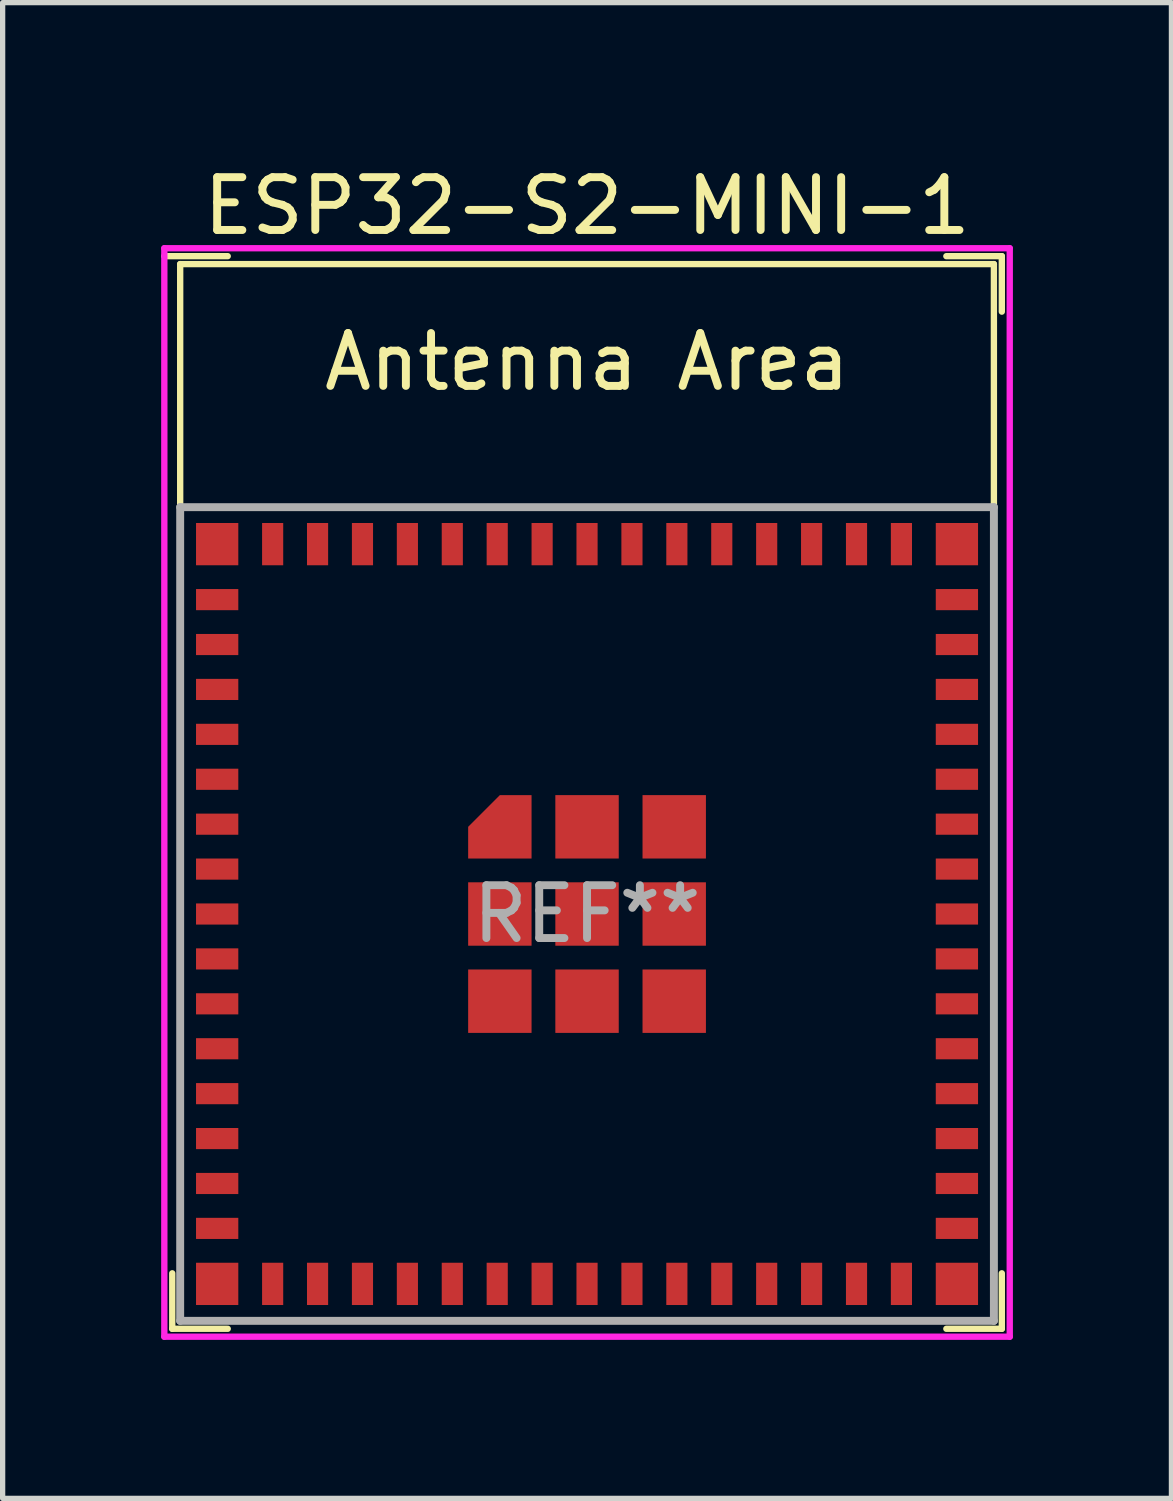
<source format=kicad_pcb>
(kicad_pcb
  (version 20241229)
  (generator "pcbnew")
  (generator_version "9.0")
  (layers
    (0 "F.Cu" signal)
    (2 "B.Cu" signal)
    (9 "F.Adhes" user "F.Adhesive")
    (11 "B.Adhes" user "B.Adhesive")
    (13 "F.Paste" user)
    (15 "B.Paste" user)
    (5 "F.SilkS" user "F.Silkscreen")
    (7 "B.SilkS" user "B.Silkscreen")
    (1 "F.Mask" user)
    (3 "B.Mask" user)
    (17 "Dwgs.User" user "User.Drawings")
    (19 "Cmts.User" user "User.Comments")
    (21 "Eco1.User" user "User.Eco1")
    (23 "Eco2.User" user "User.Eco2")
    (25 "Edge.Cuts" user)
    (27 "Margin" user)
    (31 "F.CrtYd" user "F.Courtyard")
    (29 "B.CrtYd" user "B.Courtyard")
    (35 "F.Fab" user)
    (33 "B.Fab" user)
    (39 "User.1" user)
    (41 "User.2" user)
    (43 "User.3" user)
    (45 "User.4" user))
  (footprint "ESP32-S2-MINI-1"
    (layer "F.Cu")
    (at 8.06 14.248)
    (property "Reference" "ESP32-S2-MINI-1" (at 0 -13.4 0) (layer "F.SilkS") (effects (font (size 1 1) (thickness 0.15))))
    (attr smd)
    (fp_line (start -7.85 7.85) (end -7.85 6.8) (stroke (width 0.12) (type solid)) (layer "F.SilkS"))
    (fp_line (start -7.7 -12.3) (end -7.7 -7.7) (stroke (width 0.12) (type solid)) (layer "F.SilkS"))
    (fp_line (start -7.7 -12.3) (end 7.7 -12.3) (stroke (width 0.12) (type solid)) (layer "F.SilkS"))
    (fp_line (start -7.7 7.7) (end -7.7 -7.7) (stroke (width 0.12) (type solid)) (layer "F.SilkS"))
    (fp_line (start -6.8 -12.45) (end -8 -12.45) (stroke (width 0.12) (type solid)) (layer "F.SilkS"))
    (fp_line (start -6.8 7.85) (end -7.85 7.85) (stroke (width 0.12) (type solid)) (layer "F.SilkS"))
    (fp_line (start 6.8 -12.45) (end 7.85 -12.45) (stroke (width 0.12) (type solid)) (layer "F.SilkS"))
    (fp_line (start 6.8 7.85) (end 7.85 7.85) (stroke (width 0.12) (type solid)) (layer "F.SilkS"))
    (fp_line (start 7.7 -12.3) (end 7.7 -7.7) (stroke (width 0.12) (type solid)) (layer "F.SilkS"))
    (fp_line (start 7.7 -7.7) (end 7.7 7.7) (stroke (width 0.12) (type solid)) (layer "F.SilkS"))
    (fp_line (start 7.7 7.7) (end -7.7 7.7) (stroke (width 0.12) (type solid)) (layer "F.SilkS"))
    (fp_line (start 7.85 -12.45) (end 7.85 -11.4) (stroke (width 0.12) (type solid)) (layer "F.SilkS"))
    (fp_line (start 7.85 7.85) (end 7.85 6.8) (stroke (width 0.12) (type solid)) (layer "F.SilkS"))
    (fp_line (start -8 -12.6) (end -8 8) (stroke (width 0.12) (type solid)) (layer "F.CrtYd"))
    (fp_line (start -8 8) (end 8 8) (stroke (width 0.12) (type solid)) (layer "F.CrtYd"))
    (fp_line (start 8 -12.6) (end -8 -12.6) (stroke (width 0.12) (type solid)) (layer "F.CrtYd"))
    (fp_line (start 8 8) (end 8 -12.6) (stroke (width 0.12) (type solid)) (layer "F.CrtYd"))
    (fp_line (start -7.7 -7.7) (end -7.7 7.7) (stroke (width 0.15) (type solid)) (layer "F.Fab"))
    (fp_line (start -7.7 7.7) (end 7.7 7.7) (stroke (width 0.15) (type solid)) (layer "F.Fab"))
    (fp_line (start 7.7 -7.7) (end -7.7 -7.7) (stroke (width 0.15) (type solid)) (layer "F.Fab"))
    (fp_line (start 7.7 7.7) (end 7.7 -7.7) (stroke (width 0.15) (type solid)) (layer "F.Fab"))
    (fp_text user "Antenna Area" (at 0 -10.45 0) (layer "F.SilkS") (effects (font (size 1 1) (thickness 0.15))))
    (fp_text user "REF**" (at 0 0 0) (layer "F.Fab") (effects (font (size 1 1) (thickness 0.15))))
    (pad "1" smd rect (at -7 -5.95 90) (size 0.4 0.8) (layers "F.Cu" "F.Mask" "F.Paste"))
    (pad "2" smd rect (at -7 -5.1 90) (size 0.4 0.8) (layers "F.Cu" "F.Mask" "F.Paste"))
    (pad "3" smd rect (at -7 -4.25 90) (size 0.4 0.8) (layers "F.Cu" "F.Mask" "F.Paste"))
    (pad "4" smd rect (at -7 -3.4 90) (size 0.4 0.8) (layers "F.Cu" "F.Mask" "F.Paste"))
    (pad "5" smd rect (at -7 -2.55 90) (size 0.4 0.8) (layers "F.Cu" "F.Mask" "F.Paste"))
    (pad "6" smd rect (at -7 -1.7 90) (size 0.4 0.8) (layers "F.Cu" "F.Mask" "F.Paste"))
    (pad "7" smd rect (at -7 -0.85 90) (size 0.4 0.8) (layers "F.Cu" "F.Mask" "F.Paste"))
    (pad "8" smd rect (at -7 0 90) (size 0.4 0.8) (layers "F.Cu" "F.Mask" "F.Paste"))
    (pad "9" smd rect (at -7 0.85 90) (size 0.4 0.8) (layers "F.Cu" "F.Mask" "F.Paste"))
    (pad "10" smd rect (at -7 1.7 90) (size 0.4 0.8) (layers "F.Cu" "F.Mask" "F.Paste"))
    (pad "11" smd rect (at -7 2.55 90) (size 0.4 0.8) (layers "F.Cu" "F.Mask" "F.Paste"))
    (pad "12" smd rect (at -7 3.4 90) (size 0.4 0.8) (layers "F.Cu" "F.Mask" "F.Paste"))
    (pad "13" smd rect (at -7 4.25 90) (size 0.4 0.8) (layers "F.Cu" "F.Mask" "F.Paste"))
    (pad "14" smd rect (at -7 5.1 90) (size 0.4 0.8) (layers "F.Cu" "F.Mask" "F.Paste"))
    (pad "15" smd rect (at -7 5.95 90) (size 0.4 0.8) (layers "F.Cu" "F.Mask" "F.Paste"))
    (pad "16" smd rect (at -5.95 7) (size 0.4 0.8) (layers "F.Cu" "F.Mask" "F.Paste"))
    (pad "17" smd rect (at -5.1 7) (size 0.4 0.8) (layers "F.Cu" "F.Mask" "F.Paste"))
    (pad "18" smd rect (at -4.25 7) (size 0.4 0.8) (layers "F.Cu" "F.Mask" "F.Paste"))
    (pad "19" smd rect (at -3.4 7) (size 0.4 0.8) (layers "F.Cu" "F.Mask" "F.Paste"))
    (pad "20" smd rect (at -2.55 7) (size 0.4 0.8) (layers "F.Cu" "F.Mask" "F.Paste"))
    (pad "21" smd rect (at -1.7 7) (size 0.4 0.8) (layers "F.Cu" "F.Mask" "F.Paste"))
    (pad "22" smd rect (at -0.85 7) (size 0.4 0.8) (layers "F.Cu" "F.Mask" "F.Paste"))
    (pad "23" smd rect (at 0 7) (size 0.4 0.8) (layers "F.Cu" "F.Mask" "F.Paste"))
    (pad "24" smd rect (at 0.85 7) (size 0.4 0.8) (layers "F.Cu" "F.Mask" "F.Paste"))
    (pad "25" smd rect (at 1.7 7) (size 0.4 0.8) (layers "F.Cu" "F.Mask" "F.Paste"))
    (pad "26" smd rect (at 2.55 7) (size 0.4 0.8) (layers "F.Cu" "F.Mask" "F.Paste"))
    (pad "27" smd rect (at 3.4 7) (size 0.4 0.8) (layers "F.Cu" "F.Mask" "F.Paste"))
    (pad "28" smd rect (at 4.25 7) (size 0.4 0.8) (layers "F.Cu" "F.Mask" "F.Paste"))
    (pad "29" smd rect (at 5.1 7) (size 0.4 0.8) (layers "F.Cu" "F.Mask" "F.Paste"))
    (pad "30" smd rect (at 5.95 7) (size 0.4 0.8) (layers "F.Cu" "F.Mask" "F.Paste"))
    (pad "31" smd rect (at 7 5.95 90) (size 0.4 0.8) (layers "F.Cu" "F.Mask" "F.Paste"))
    (pad "32" smd rect (at 7 5.1 90) (size 0.4 0.8) (layers "F.Cu" "F.Mask" "F.Paste"))
    (pad "33" smd rect (at 7 4.25 90) (size 0.4 0.8) (layers "F.Cu" "F.Mask" "F.Paste"))
    (pad "34" smd rect (at 7 3.4 90) (size 0.4 0.8) (layers "F.Cu" "F.Mask" "F.Paste"))
    (pad "35" smd rect (at 7 2.55 90) (size 0.4 0.8) (layers "F.Cu" "F.Mask" "F.Paste"))
    (pad "36" smd rect (at 7 1.7 90) (size 0.4 0.8) (layers "F.Cu" "F.Mask" "F.Paste"))
    (pad "37" smd rect (at 7 0.85 90) (size 0.4 0.8) (layers "F.Cu" "F.Mask" "F.Paste"))
    (pad "38" smd rect (at 7 0 90) (size 0.4 0.8) (layers "F.Cu" "F.Mask" "F.Paste"))
    (pad "39" smd rect (at 7 -0.85 90) (size 0.4 0.8) (layers "F.Cu" "F.Mask" "F.Paste"))
    (pad "40" smd rect (at 7 -1.7 90) (size 0.4 0.8) (layers "F.Cu" "F.Mask" "F.Paste"))
    (pad "41" smd rect (at 7 -2.55 90) (size 0.4 0.8) (layers "F.Cu" "F.Mask" "F.Paste"))
    (pad "42" smd rect (at 7 -3.4 90) (size 0.4 0.8) (layers "F.Cu" "F.Mask" "F.Paste"))
    (pad "43" smd rect (at 7 -4.25 90) (size 0.4 0.8) (layers "F.Cu" "F.Mask" "F.Paste"))
    (pad "44" smd rect (at 7 -5.1 90) (size 0.4 0.8) (layers "F.Cu" "F.Mask" "F.Paste"))
    (pad "45" smd rect (at 7 -5.95 90) (size 0.4 0.8) (layers "F.Cu" "F.Mask" "F.Paste"))
    (pad "46" smd rect (at -7 -7 180) (size 0.8 0.8) (layers "F.Cu" "F.Mask" "F.Paste"))
    (pad "46" smd rect (at -7 7 180) (size 0.8 0.8) (layers "F.Cu" "F.Mask" "F.Paste"))
    (pad "46" smd rect (at -5.95 -7) (size 0.4 0.8) (layers "F.Cu" "F.Mask" "F.Paste"))
    (pad "46" smd rect (at -5.1 -7) (size 0.4 0.8) (layers "F.Cu" "F.Mask" "F.Paste"))
    (pad "46" smd rect (at -4.25 -7) (size 0.4 0.8) (layers "F.Cu" "F.Mask" "F.Paste"))
    (pad "46" smd rect (at -3.4 -7) (size 0.4 0.8) (layers "F.Cu" "F.Mask" "F.Paste"))
    (pad "46" smd rect (at -2.55 -7) (size 0.4 0.8) (layers "F.Cu" "F.Mask" "F.Paste"))
    (pad "46" smd rect (at -1.7 -7) (size 0.4 0.8) (layers "F.Cu" "F.Mask" "F.Paste"))
    (pad "46" smd custom (at -1.65 -1.65) (size 0.6 0.6) (layers "F.Cu" "F.Mask" "F.Paste") (options (anchor rect)) (primitives (gr_poly (pts (xy 0.6 0.6) (xy -0.6 0.6) (xy -0.6 0) (xy 0 -0.6) (xy 0.6 -0.6)) (width 0) (fill yes))))
    (pad "46" smd rect (at -1.65 0) (size 1.2 1.2) (layers "F.Cu" "F.Mask" "F.Paste"))
    (pad "46" smd rect (at -1.65 1.65) (size 1.2 1.2) (layers "F.Cu" "F.Mask" "F.Paste"))
    (pad "46" smd rect (at -0.85 -7) (size 0.4 0.8) (layers "F.Cu" "F.Mask" "F.Paste"))
    (pad "46" smd rect (at 0 -7) (size 0.4 0.8) (layers "F.Cu" "F.Mask" "F.Paste"))
    (pad "46" smd rect (at 0 -1.65) (size 1.2 1.2) (layers "F.Cu" "F.Mask" "F.Paste"))
    (pad "46" smd rect (at 0 0) (size 1.2 1.2) (layers "F.Cu" "F.Mask" "F.Paste"))
    (pad "46" smd rect (at 0 1.65) (size 1.2 1.2) (layers "F.Cu" "F.Mask" "F.Paste"))
    (pad "46" smd rect (at 0.85 -7) (size 0.4 0.8) (layers "F.Cu" "F.Mask" "F.Paste"))
    (pad "46" smd rect (at 1.65 -1.65) (size 1.2 1.2) (layers "F.Cu" "F.Mask" "F.Paste"))
    (pad "46" smd rect (at 1.65 0) (size 1.2 1.2) (layers "F.Cu" "F.Mask" "F.Paste"))
    (pad "46" smd rect (at 1.65 1.65) (size 1.2 1.2) (layers "F.Cu" "F.Mask" "F.Paste"))
    (pad "46" smd rect (at 1.7 -7) (size 0.4 0.8) (layers "F.Cu" "F.Mask" "F.Paste"))
    (pad "46" smd rect (at 2.55 -7) (size 0.4 0.8) (layers "F.Cu" "F.Mask" "F.Paste"))
    (pad "46" smd rect (at 3.4 -7) (size 0.4 0.8) (layers "F.Cu" "F.Mask" "F.Paste"))
    (pad "46" smd rect (at 4.25 -7) (size 0.4 0.8) (layers "F.Cu" "F.Mask" "F.Paste"))
    (pad "46" smd rect (at 5.1 -7) (size 0.4 0.8) (layers "F.Cu" "F.Mask" "F.Paste"))
    (pad "46" smd rect (at 5.95 -7) (size 0.4 0.8) (layers "F.Cu" "F.Mask" "F.Paste"))
    (pad "46" smd rect (at 7 -7 180) (size 0.8 0.8) (layers "F.Cu" "F.Mask" "F.Paste"))
    (pad "46" smd rect (at 7 7 180) (size 0.8 0.8) (layers "F.Cu" "F.Mask" "F.Paste")))
  (gr_rect
    (start -3 -3)
    (end 19.12 25.308)
    (stroke (width 0.1) (type default))
    (fill no)
    (layer "Edge.Cuts")))
</source>
